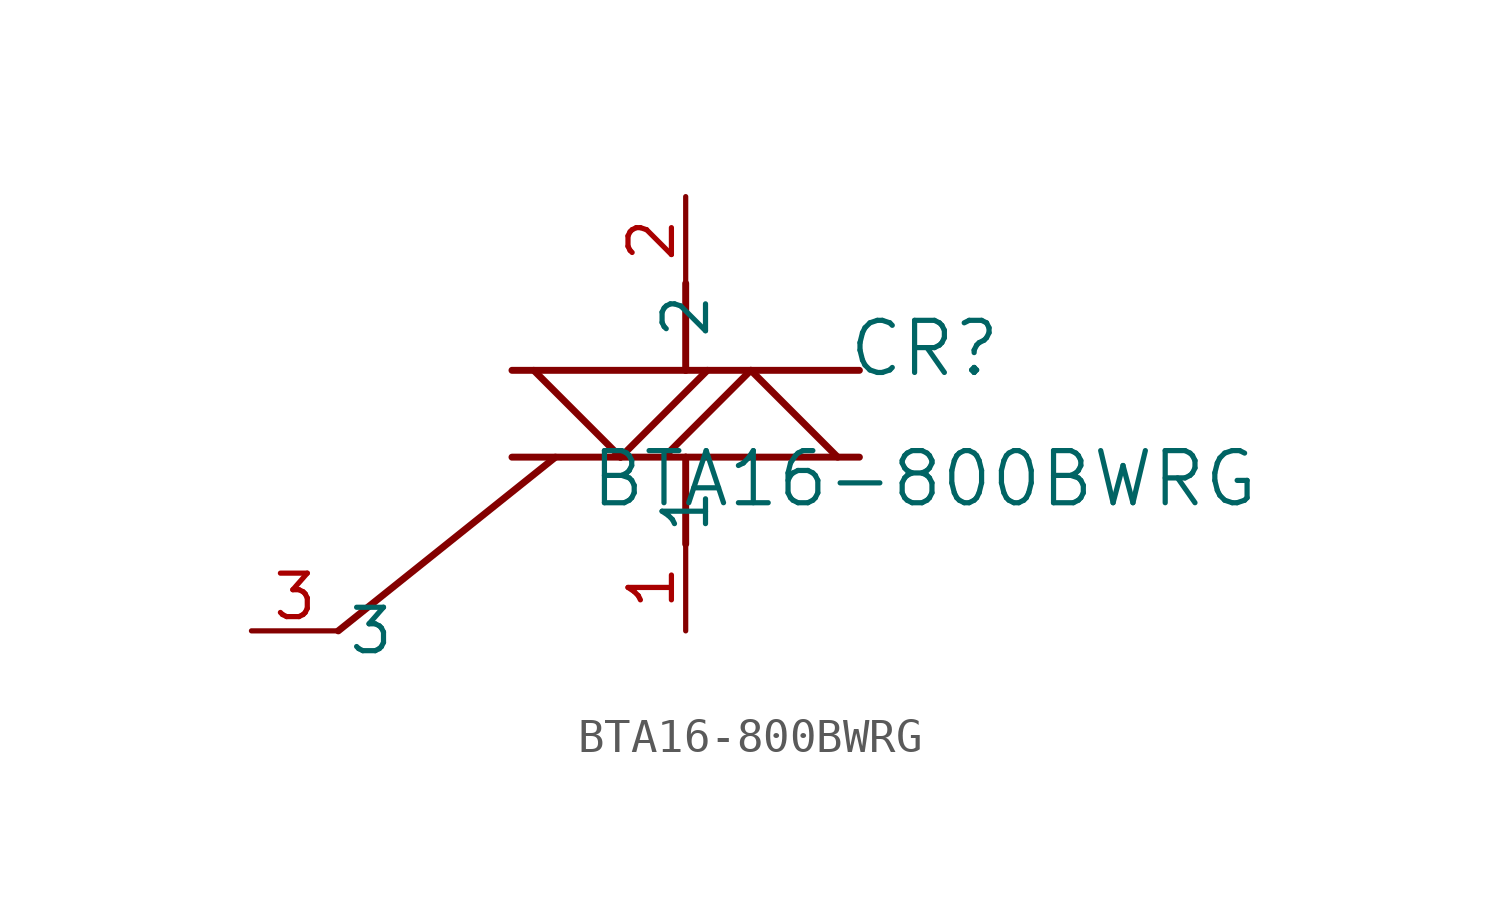
<source format=kicad_sym>
(kicad_symbol_lib
  (version 20211014)
  (generator kicad_symbol_editor)
  (symbol "BTA16-800BWRG"
    (pin_names
      (offset 0.254))
    (property "Reference" "CR"
      (at 6.985 8.255 0)
      (effects (font (size 1.524 1.524))))
    (property "Value" "BTA16-800BWRG"
      (at 6.985 4.445 0)
      (effects (font (size 1.524 1.524))))
    (symbol "BTA16-800BWRG_0_1"
      (polyline (pts (xy -0.635 5.08) (xy 1.905 7.62)) (stroke (width 0.203) (type default) (color 0 0 0 0)) (fill (type none)))
      (polyline (pts (xy 0.635 7.62) (xy -1.905 5.08)) (stroke (width 0.203) (type default) (color 0 0 0 0)) (fill (type none)))
      (polyline (pts (xy 0 7.62) (xy 5.08 7.62)) (stroke (width 0.203) (type default) (color 0 0 0 0)) (fill (type none)))
      (polyline (pts (xy -5.08 5.08) (xy 0 5.08)) (stroke (width 0.203) (type default) (color 0 0 0 0)) (fill (type none)))
      (polyline (pts (xy 0 5.08) (xy 5.08 5.08)) (stroke (width 0.203) (type default) (color 0 0 0 0)) (fill (type none)))
      (polyline (pts (xy 4.445 5.08) (xy 1.905 7.62)) (stroke (width 0.203) (type default) (color 0 0 0 0)) (fill (type none)))
      (polyline (pts (xy -5.08 7.62) (xy 0 7.62)) (stroke (width 0.203) (type default) (color 0 0 0 0)) (fill (type none)))
      (polyline (pts (xy -4.445 7.62) (xy -1.905 5.08)) (stroke (width 0.203) (type default) (color 0 0 0 0)) (fill (type none)))
      (polyline (pts (xy 0 10.16) (xy 0 7.62)) (stroke (width 0.203) (type default) (color 0 0 0 0)) (fill (type none)))
      (polyline (pts (xy 0 2.54) (xy 0 5.08)) (stroke (width 0.203) (type default) (color 0 0 0 0)) (fill (type none)))
      (polyline (pts (xy -10.16 0) (xy -3.81 5.08)) (stroke (width 0.203) (type default) (color 0 0 0 0)) (fill (type none)))
      (pin unspecified line (at 0 0 90) (length 2.54) (name "1" (effects (font (size 1.27 1.27)))) (number "1" (effects (font (size 1.27 1.27)))))
      (pin unspecified line (at 0 12.7 270) (length 2.54) (name "2" (effects (font (size 1.27 1.27)))) (number "2" (effects (font (size 1.27 1.27)))))
      (pin unspecified line (at -12.7 0 0) (length 2.54) (name "3" (effects (font (size 1.27 1.27)))) (number "3" (effects (font (size 1.27 1.27))))))))
</source>
